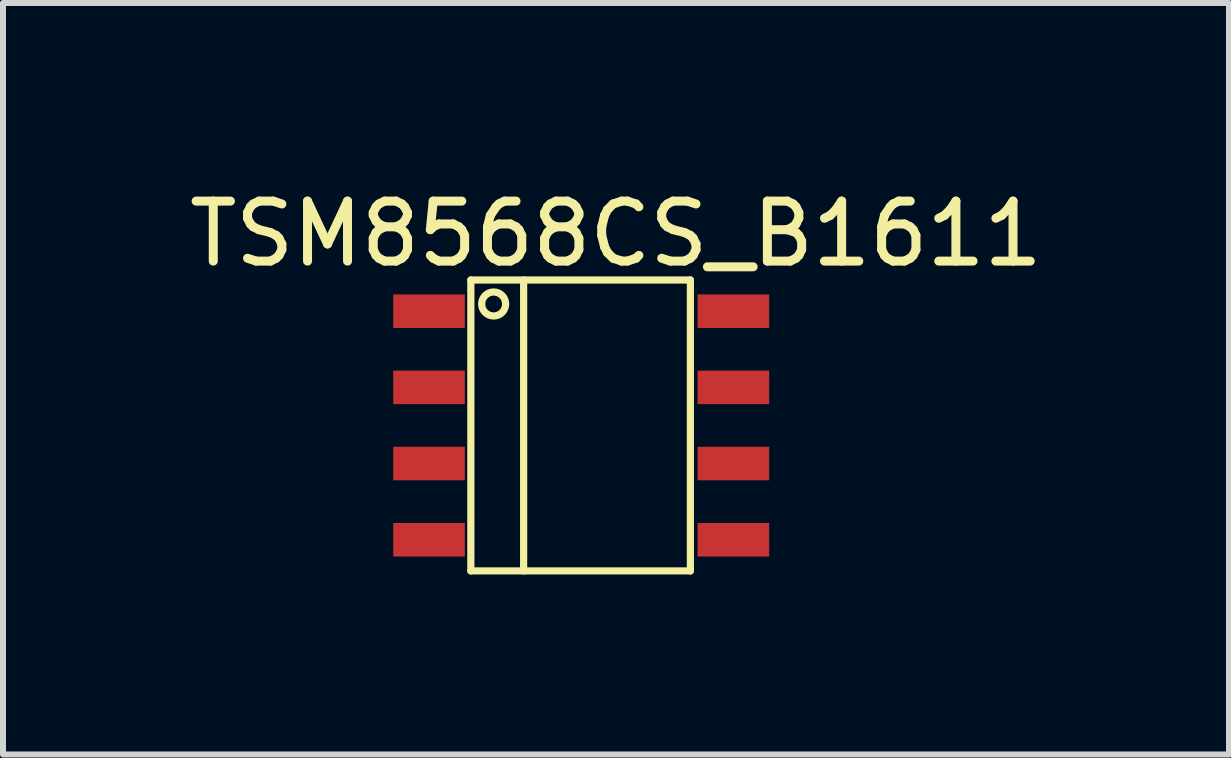
<source format=kicad_pcb>
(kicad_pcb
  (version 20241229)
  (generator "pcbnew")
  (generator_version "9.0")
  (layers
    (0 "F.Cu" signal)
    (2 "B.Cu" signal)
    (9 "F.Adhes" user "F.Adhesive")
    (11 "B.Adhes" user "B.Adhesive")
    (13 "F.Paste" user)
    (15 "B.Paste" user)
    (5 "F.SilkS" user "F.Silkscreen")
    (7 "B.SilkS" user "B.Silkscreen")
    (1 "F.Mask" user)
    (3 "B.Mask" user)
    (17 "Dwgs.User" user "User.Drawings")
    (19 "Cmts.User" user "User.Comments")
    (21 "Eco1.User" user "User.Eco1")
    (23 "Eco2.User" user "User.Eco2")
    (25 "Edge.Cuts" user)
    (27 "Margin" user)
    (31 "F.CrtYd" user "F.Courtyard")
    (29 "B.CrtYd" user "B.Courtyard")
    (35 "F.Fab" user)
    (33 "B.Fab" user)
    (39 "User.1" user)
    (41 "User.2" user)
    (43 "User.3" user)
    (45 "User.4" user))
  (footprint "TSM8568CS_B1611"
    (layer "F.Cu")
    (at 4.68 1.618)
    (property "Reference" "TSM8568CS_B1611" (at 2.54 -0.77 0) (layer "F.SilkS") (effects (font (size 1 1) (thickness 0.15))))
    (attr through_hole)
    (fp_line (start 0.12 0) (end 3.78 0) (stroke (width 0.12) (type solid)) (layer "F.SilkS"))
    (fp_line (start 0.12 4.85) (end 0.12 0) (stroke (width 0.12) (type solid)) (layer "F.SilkS"))
    (fp_line (start 1 0) (end 1 4.85) (stroke (width 0.12) (type solid)) (layer "F.SilkS"))
    (fp_line (start 3.78 0) (end 3.78 4.85) (stroke (width 0.12) (type solid)) (layer "F.SilkS"))
    (fp_line (start 3.78 4.85) (end 0.12 4.85) (stroke (width 0.12) (type solid)) (layer "F.SilkS"))
    (fp_circle (center 0.5 0.4) (end 0.7 0.4) (stroke (width 0.12) (type solid)) (fill no) (layer "F.SilkS"))
    (pad "1" smd rect (at -1.174 0.24) (size 1.194 0.559) (drill (offset 0.597 0.28)) (layers "F.Cu" "F.Mask" "F.Paste"))
    (pad "2" smd rect (at -1.174 1.51) (size 1.194 0.559) (drill (offset 0.597 0.28)) (layers "F.Cu" "F.Mask" "F.Paste"))
    (pad "3" smd rect (at -1.174 2.78) (size 1.194 0.559) (drill (offset 0.597 0.28)) (layers "F.Cu" "F.Mask" "F.Paste"))
    (pad "4" smd rect (at -1.174 4.051) (size 1.194 0.559) (drill (offset 0.597 0.28)) (layers "F.Cu" "F.Mask" "F.Paste"))
    (pad "5" smd rect (at 3.9 4.051) (size 1.194 0.559) (drill (offset 0.597 0.28)) (layers "F.Cu" "F.Mask" "F.Paste"))
    (pad "6" smd rect (at 3.9 2.78) (size 1.194 0.559) (drill (offset 0.597 0.28)) (layers "F.Cu" "F.Mask" "F.Paste"))
    (pad "7" smd rect (at 3.9 1.51) (size 1.194 0.559) (drill (offset 0.597 0.28)) (layers "F.Cu" "F.Mask" "F.Paste"))
    (pad "8" smd rect (at 3.9 0.24) (size 1.194 0.559) (drill (offset 0.597 0.28)) (layers "F.Cu" "F.Mask" "F.Paste")))
  (gr_rect
    (start -3 -3)
    (end 17.44 9.528)
    (stroke (width 0.1) (type default))
    (fill no)
    (layer "Edge.Cuts")))
</source>
